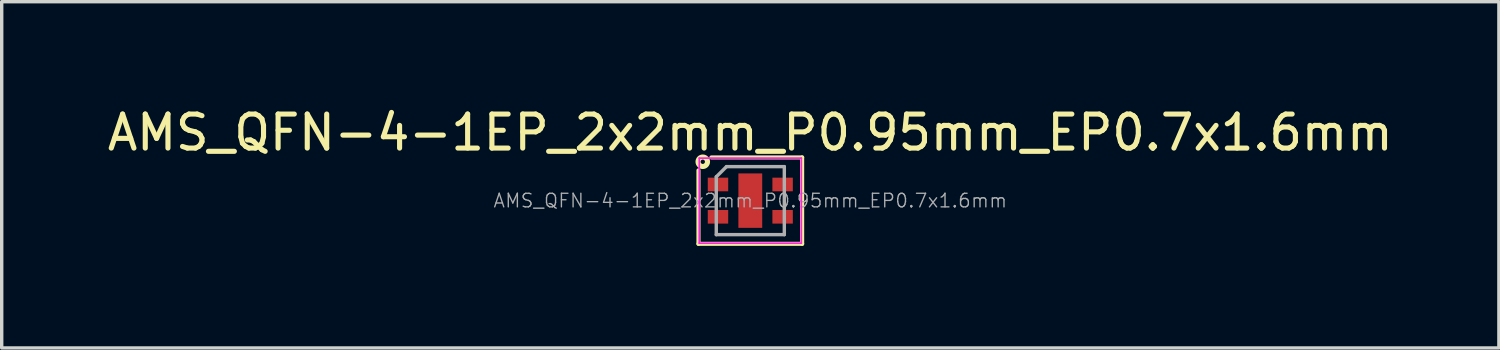
<source format=kicad_pcb>
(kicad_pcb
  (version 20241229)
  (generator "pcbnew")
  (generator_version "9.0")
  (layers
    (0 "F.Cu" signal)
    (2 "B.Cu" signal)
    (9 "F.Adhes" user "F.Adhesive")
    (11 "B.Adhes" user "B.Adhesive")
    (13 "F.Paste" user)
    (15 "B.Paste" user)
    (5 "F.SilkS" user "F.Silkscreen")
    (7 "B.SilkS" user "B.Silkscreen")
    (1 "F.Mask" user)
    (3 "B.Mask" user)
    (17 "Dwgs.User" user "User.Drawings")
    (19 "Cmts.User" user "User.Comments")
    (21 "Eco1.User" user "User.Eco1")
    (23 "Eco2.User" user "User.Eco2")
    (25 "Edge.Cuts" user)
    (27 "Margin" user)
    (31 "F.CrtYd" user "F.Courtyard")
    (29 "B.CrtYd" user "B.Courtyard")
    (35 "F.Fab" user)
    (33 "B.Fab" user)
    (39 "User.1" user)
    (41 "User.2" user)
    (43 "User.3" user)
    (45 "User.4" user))
  (footprint "AMS_QFN-4-1EP_2x2mm_P0.95mm_EP0.7x1.6mm"
    (layer "F.Cu")
    (at 19.006 2.848)
    (property "Reference" "AMS_QFN-4-1EP_2x2mm_P0.95mm_EP0.7x1.6mm" (at 0 -2 0) (layer "F.SilkS") (effects (font (size 1 1) (thickness 0.15))))
    (attr smd)
    (fp_line (start -1.524 1.27) (end -1.524 -0.889) (stroke (width 0.12) (type solid)) (layer "F.SilkS"))
    (fp_line (start -1.143 -1.27) (end 1.524 -1.27) (stroke (width 0.12) (type solid)) (layer "F.SilkS"))
    (fp_line (start 1.524 -1.27) (end 1.524 1.27) (stroke (width 0.12) (type solid)) (layer "F.SilkS"))
    (fp_line (start 1.524 1.27) (end -1.524 1.27) (stroke (width 0.12) (type solid)) (layer "F.SilkS"))
    (fp_circle (center -1.397 -1.143) (end -1.333 -1.143) (stroke (width 0.15) (type solid)) (fill no) (layer "F.SilkS"))
    (fp_line (start -1.5 -1.25) (end 1.5 -1.25) (stroke (width 0.05) (type solid)) (layer "F.CrtYd"))
    (fp_line (start -1.5 1.25) (end -1.5 -1.25) (stroke (width 0.05) (type solid)) (layer "F.CrtYd"))
    (fp_line (start 1.5 -1.25) (end 1.5 1.25) (stroke (width 0.05) (type solid)) (layer "F.CrtYd"))
    (fp_line (start 1.5 1.25) (end -1.5 1.25) (stroke (width 0.05) (type solid)) (layer "F.CrtYd"))
    (fp_line (start -1 -0.7) (end -0.7 -1) (stroke (width 0.1) (type solid)) (layer "F.Fab"))
    (fp_line (start -1 1) (end -1 -0.7) (stroke (width 0.1) (type solid)) (layer "F.Fab"))
    (fp_line (start -0.7 -1) (end 1 -1) (stroke (width 0.1) (type solid)) (layer "F.Fab"))
    (fp_line (start 1 -1) (end 1 1) (stroke (width 0.1) (type solid)) (layer "F.Fab"))
    (fp_line (start 1 1) (end -1 1) (stroke (width 0.1) (type solid)) (layer "F.Fab"))
    (fp_text user "${REFERENCE}" (at 0 0 0) (layer "F.Fab") (effects (font (size 0.4 0.4) (thickness 0.04))))
    (pad "" smd rect (at 0 0) (size 0.35 0.8) (layers "F.Paste"))
    (pad "1" smd rect (at -0.95 -0.475) (size 0.6 0.4) (layers "F.Cu" "F.Mask" "F.Paste"))
    (pad "2" smd rect (at -0.95 0.475) (size 0.6 0.4) (layers "F.Cu" "F.Mask" "F.Paste"))
    (pad "3" smd rect (at 0.95 0.475) (size 0.6 0.4) (layers "F.Cu" "F.Mask" "F.Paste"))
    (pad "4" smd rect (at 0.95 -0.475) (size 0.6 0.4) (layers "F.Cu" "F.Mask" "F.Paste"))
    (pad "5" smd rect (at 0 0) (size 0.7 1.6) (layers "F.Cu" "F.Mask")))
  (gr_rect
    (start -3 -3)
    (end 41.012 7.178)
    (stroke (width 0.1) (type default))
    (fill no)
    (layer "Edge.Cuts")))
</source>
